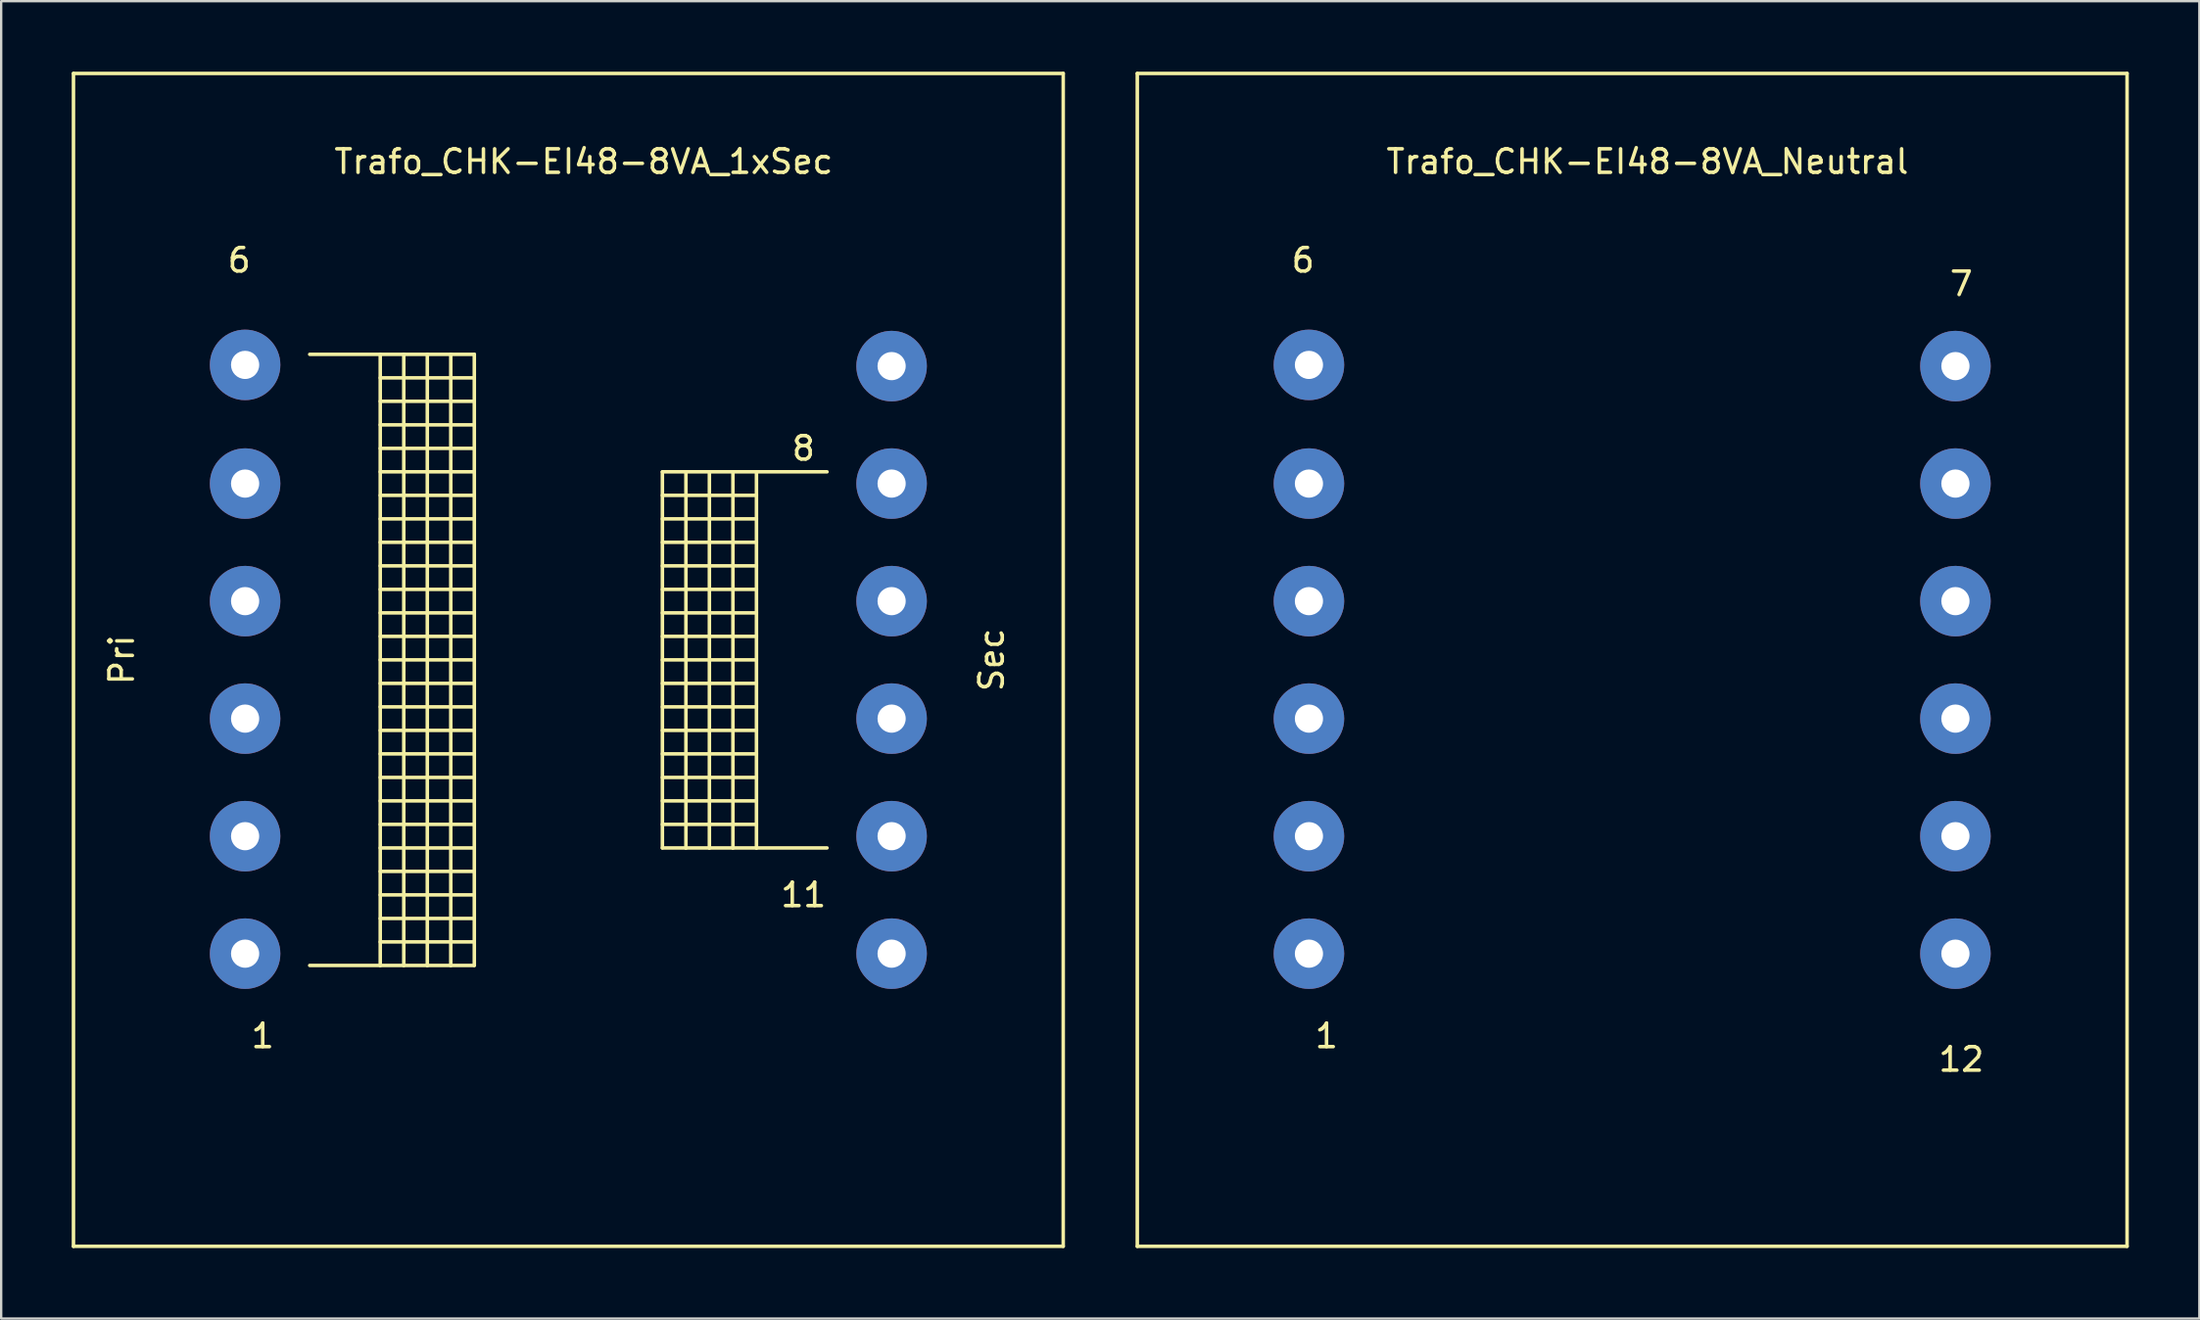
<source format=kicad_pcb>
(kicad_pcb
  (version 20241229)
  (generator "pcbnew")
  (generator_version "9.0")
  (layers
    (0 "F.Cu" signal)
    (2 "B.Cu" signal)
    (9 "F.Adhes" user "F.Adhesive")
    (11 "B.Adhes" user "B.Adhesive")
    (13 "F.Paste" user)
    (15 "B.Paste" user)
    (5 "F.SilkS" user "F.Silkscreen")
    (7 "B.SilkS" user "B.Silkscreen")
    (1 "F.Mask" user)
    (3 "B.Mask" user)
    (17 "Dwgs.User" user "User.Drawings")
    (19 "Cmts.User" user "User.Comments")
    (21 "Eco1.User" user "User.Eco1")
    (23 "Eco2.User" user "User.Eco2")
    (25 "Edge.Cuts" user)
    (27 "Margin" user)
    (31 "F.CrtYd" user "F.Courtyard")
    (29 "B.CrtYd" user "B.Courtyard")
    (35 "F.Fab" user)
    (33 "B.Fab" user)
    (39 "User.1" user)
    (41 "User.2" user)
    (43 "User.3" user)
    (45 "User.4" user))
  (footprint "Trafo_CHK-EI48-8VA_Neutral"
    (layer "F.Cu")
    (at 66.372 25.025)
    (property "Reference" "Trafo_CHK-EI48-8VA_Neutral" (at 0.65 -21.199 0) (layer "F.SilkS") (effects (font (size 1 1) (thickness 0.15))))
    (attr through_hole)
    (fp_line (start -21.049 -24.95) (end 21.049 -24.95) (stroke (width 0.15) (type solid)) (layer "F.SilkS"))
    (fp_line (start -21.049 24.95) (end -21.049 -24.95) (stroke (width 0.15) (type solid)) (layer "F.SilkS"))
    (fp_line (start 21.049 -24.95) (end 21.049 24.95) (stroke (width 0.15) (type solid)) (layer "F.SilkS"))
    (fp_line (start 21.049 24.95) (end -21.049 24.95) (stroke (width 0.15) (type solid)) (layer "F.SilkS"))
    (fp_text user "1" (at -13 15.999 0) (layer "F.SilkS") (effects (font (size 1 1) (thickness 0.15))))
    (fp_text user "12" (at 14 17 0) (layer "F.SilkS") (effects (font (size 1 1) (thickness 0.15))))
    (fp_text user "7" (at 14 -15.999 0) (layer "F.SilkS") (effects (font (size 1 1) (thickness 0.15))))
    (fp_text user "6" (at -14 -17 0) (layer "F.SilkS") (effects (font (size 1 1) (thickness 0.15))))
    (pad "1" thru_hole circle (at -13.749 12.499) (size 3 3) (drill 1.199) (layers "*.Cu" "*.Mask"))
    (pad "2" thru_hole circle (at -13.749 7.501) (size 3 3) (drill 1.199) (layers "*.Cu" "*.Mask"))
    (pad "3" thru_hole circle (at -13.749 2.499) (size 3 3) (drill 1.199) (layers "*.Cu" "*.Mask"))
    (pad "4" thru_hole circle (at -13.749 -2.499) (size 3 3) (drill 1.199) (layers "*.Cu" "*.Mask"))
    (pad "5" thru_hole circle (at -13.749 -7.501) (size 3 3) (drill 1.199) (layers "*.Cu" "*.Mask"))
    (pad "6" thru_hole circle (at -13.749 -12.55) (size 3 3) (drill 1.199) (layers "*.Cu" "*.Mask"))
    (pad "7" thru_hole circle (at 13.749 -12.499) (size 3 3) (drill 1.199) (layers "*.Cu" "*.Mask"))
    (pad "8" thru_hole circle (at 13.749 -7.501) (size 3 3) (drill 1.199) (layers "*.Cu" "*.Mask"))
    (pad "9" thru_hole circle (at 13.749 -2.499) (size 3 3) (drill 1.199) (layers "*.Cu" "*.Mask"))
    (pad "10" thru_hole circle (at 13.749 2.499) (size 3 3) (drill 1.199) (layers "*.Cu" "*.Mask"))
    (pad "11" thru_hole circle (at 13.749 7.501) (size 3 3) (drill 1.199) (layers "*.Cu" "*.Mask"))
    (pad "12" thru_hole circle (at 13.749 12.499) (size 3 3) (drill 1.199) (layers "*.Cu" "*.Mask")))
  (footprint "Trafo_CHK-EI48-8VA_1xSec"
    (layer "F.Cu")
    (at 21.124 25.025)
    (property "Reference" "Trafo_CHK-EI48-8VA_1xSec" (at 0.65 -21.199 0) (layer "F.SilkS") (effects (font (size 1 1) (thickness 0.15))))
    (attr through_hole)
    (fp_line (start -21.049 -24.95) (end 21.049 -24.95) (stroke (width 0.15) (type solid)) (layer "F.SilkS"))
    (fp_line (start -21.049 24.95) (end -21.049 -24.95) (stroke (width 0.15) (type solid)) (layer "F.SilkS"))
    (fp_line (start -11.001 -13) (end -8.001 -13) (stroke (width 0.15) (type solid)) (layer "F.SilkS"))
    (fp_line (start -8.001 -13) (end -8.001 13) (stroke (width 0.15) (type solid)) (layer "F.SilkS"))
    (fp_line (start -8.001 -13) (end -7 -13) (stroke (width 0.15) (type solid)) (layer "F.SilkS"))
    (fp_line (start -8.001 -11.999) (end -4 -11.999) (stroke (width 0.15) (type solid)) (layer "F.SilkS"))
    (fp_line (start -8.001 -11.001) (end -4 -11.001) (stroke (width 0.15) (type solid)) (layer "F.SilkS"))
    (fp_line (start -8.001 -10) (end -4 -10) (stroke (width 0.15) (type solid)) (layer "F.SilkS"))
    (fp_line (start -8.001 -8.999) (end -4 -8.999) (stroke (width 0.15) (type solid)) (layer "F.SilkS"))
    (fp_line (start -8.001 -8.001) (end -4 -8.001) (stroke (width 0.15) (type solid)) (layer "F.SilkS"))
    (fp_line (start -8.001 -7) (end -4 -7) (stroke (width 0.15) (type solid)) (layer "F.SilkS"))
    (fp_line (start -8.001 -5.999) (end -4 -5.999) (stroke (width 0.15) (type solid)) (layer "F.SilkS"))
    (fp_line (start -8.001 -5.001) (end -4 -5.001) (stroke (width 0.15) (type solid)) (layer "F.SilkS"))
    (fp_line (start -8.001 -4) (end -4 -4) (stroke (width 0.15) (type solid)) (layer "F.SilkS"))
    (fp_line (start -8.001 -3) (end -4 -3) (stroke (width 0.15) (type solid)) (layer "F.SilkS"))
    (fp_line (start -8.001 -1.999) (end -4 -1.999) (stroke (width 0.15) (type solid)) (layer "F.SilkS"))
    (fp_line (start -8.001 -1.001) (end -4 -1.001) (stroke (width 0.15) (type solid)) (layer "F.SilkS"))
    (fp_line (start -8.001 0) (end -4 0) (stroke (width 0.15) (type solid)) (layer "F.SilkS"))
    (fp_line (start -8.001 1.001) (end -4 1.001) (stroke (width 0.15) (type solid)) (layer "F.SilkS"))
    (fp_line (start -8.001 1.999) (end -4 1.999) (stroke (width 0.15) (type solid)) (layer "F.SilkS"))
    (fp_line (start -8.001 3) (end -4 3) (stroke (width 0.15) (type solid)) (layer "F.SilkS"))
    (fp_line (start -8.001 4) (end -4 4) (stroke (width 0.15) (type solid)) (layer "F.SilkS"))
    (fp_line (start -8.001 5.001) (end -4 5.001) (stroke (width 0.15) (type solid)) (layer "F.SilkS"))
    (fp_line (start -8.001 5.999) (end -4 5.999) (stroke (width 0.15) (type solid)) (layer "F.SilkS"))
    (fp_line (start -8.001 7) (end -4 7) (stroke (width 0.15) (type solid)) (layer "F.SilkS"))
    (fp_line (start -8.001 8.001) (end -4 8.001) (stroke (width 0.15) (type solid)) (layer "F.SilkS"))
    (fp_line (start -8.001 8.999) (end -4 8.999) (stroke (width 0.15) (type solid)) (layer "F.SilkS"))
    (fp_line (start -8.001 10) (end -4 10) (stroke (width 0.15) (type solid)) (layer "F.SilkS"))
    (fp_line (start -8.001 11.001) (end -4 11.001) (stroke (width 0.15) (type solid)) (layer "F.SilkS"))
    (fp_line (start -8.001 11.999) (end -4 11.999) (stroke (width 0.15) (type solid)) (layer "F.SilkS"))
    (fp_line (start -8.001 13) (end -11.001 13) (stroke (width 0.15) (type solid)) (layer "F.SilkS"))
    (fp_line (start -7 -13) (end -7 13) (stroke (width 0.15) (type solid)) (layer "F.SilkS"))
    (fp_line (start -7 -13) (end -5.999 -13) (stroke (width 0.15) (type solid)) (layer "F.SilkS"))
    (fp_line (start -7 13) (end -8.001 13) (stroke (width 0.15) (type solid)) (layer "F.SilkS"))
    (fp_line (start -5.999 -13) (end -5.999 13) (stroke (width 0.15) (type solid)) (layer "F.SilkS"))
    (fp_line (start -5.999 -13) (end -5.001 -13) (stroke (width 0.15) (type solid)) (layer "F.SilkS"))
    (fp_line (start -5.999 13) (end -7 13) (stroke (width 0.15) (type solid)) (layer "F.SilkS"))
    (fp_line (start -5.001 -13) (end -5.001 13) (stroke (width 0.15) (type solid)) (layer "F.SilkS"))
    (fp_line (start -5.001 -13) (end -4 -13) (stroke (width 0.15) (type solid)) (layer "F.SilkS"))
    (fp_line (start -5.001 13) (end -5.999 13) (stroke (width 0.15) (type solid)) (layer "F.SilkS"))
    (fp_line (start -4 -13) (end -4 13) (stroke (width 0.15) (type solid)) (layer "F.SilkS"))
    (fp_line (start -4 13) (end -5.001 13) (stroke (width 0.15) (type solid)) (layer "F.SilkS"))
    (fp_line (start 4 -8.001) (end 4 8.001) (stroke (width 0.15) (type solid)) (layer "F.SilkS"))
    (fp_line (start 4 -7) (end 8.001 -7) (stroke (width 0.15) (type solid)) (layer "F.SilkS"))
    (fp_line (start 4 -5.999) (end 8.001 -5.999) (stroke (width 0.15) (type solid)) (layer "F.SilkS"))
    (fp_line (start 4 -5.001) (end 8.001 -5.001) (stroke (width 0.15) (type solid)) (layer "F.SilkS"))
    (fp_line (start 4 -4) (end 8.001 -4) (stroke (width 0.15) (type solid)) (layer "F.SilkS"))
    (fp_line (start 4 -3) (end 8.001 -3) (stroke (width 0.15) (type solid)) (layer "F.SilkS"))
    (fp_line (start 4 -1.999) (end 8.001 -1.999) (stroke (width 0.15) (type solid)) (layer "F.SilkS"))
    (fp_line (start 4 -1.001) (end 8.001 -1.001) (stroke (width 0.15) (type solid)) (layer "F.SilkS"))
    (fp_line (start 4 0) (end 8.001 0) (stroke (width 0.15) (type solid)) (layer "F.SilkS"))
    (fp_line (start 4 1.001) (end 8.001 1.001) (stroke (width 0.15) (type solid)) (layer "F.SilkS"))
    (fp_line (start 4 1.999) (end 8.001 1.999) (stroke (width 0.15) (type solid)) (layer "F.SilkS"))
    (fp_line (start 4 3) (end 8.001 3) (stroke (width 0.15) (type solid)) (layer "F.SilkS"))
    (fp_line (start 4 4) (end 8.001 4) (stroke (width 0.15) (type solid)) (layer "F.SilkS"))
    (fp_line (start 4 5.001) (end 8.001 5.001) (stroke (width 0.15) (type solid)) (layer "F.SilkS"))
    (fp_line (start 4 5.999) (end 8.001 5.999) (stroke (width 0.15) (type solid)) (layer "F.SilkS"))
    (fp_line (start 4 7) (end 8.001 7) (stroke (width 0.15) (type solid)) (layer "F.SilkS"))
    (fp_line (start 4 8.001) (end 5.001 8.001) (stroke (width 0.15) (type solid)) (layer "F.SilkS"))
    (fp_line (start 5.001 -8.001) (end 4 -8.001) (stroke (width 0.15) (type solid)) (layer "F.SilkS"))
    (fp_line (start 5.001 -8.001) (end 5.001 8.001) (stroke (width 0.15) (type solid)) (layer "F.SilkS"))
    (fp_line (start 5.001 8.001) (end 5.999 8.001) (stroke (width 0.15) (type solid)) (layer "F.SilkS"))
    (fp_line (start 5.999 -8.001) (end 5.001 -8.001) (stroke (width 0.15) (type solid)) (layer "F.SilkS"))
    (fp_line (start 5.999 -8.001) (end 5.999 8.001) (stroke (width 0.15) (type solid)) (layer "F.SilkS"))
    (fp_line (start 5.999 8.001) (end 7 8.001) (stroke (width 0.15) (type solid)) (layer "F.SilkS"))
    (fp_line (start 7 -8.001) (end 5.999 -8.001) (stroke (width 0.15) (type solid)) (layer "F.SilkS"))
    (fp_line (start 7 -8.001) (end 7 8.001) (stroke (width 0.15) (type solid)) (layer "F.SilkS"))
    (fp_line (start 7 8.001) (end 8.001 8.001) (stroke (width 0.15) (type solid)) (layer "F.SilkS"))
    (fp_line (start 8.001 -8.001) (end 7 -8.001) (stroke (width 0.15) (type solid)) (layer "F.SilkS"))
    (fp_line (start 8.001 -8.001) (end 8.001 8.001) (stroke (width 0.15) (type solid)) (layer "F.SilkS"))
    (fp_line (start 8.001 8.001) (end 11.001 8.001) (stroke (width 0.15) (type solid)) (layer "F.SilkS"))
    (fp_line (start 11.001 -8.001) (end 8.001 -8.001) (stroke (width 0.15) (type solid)) (layer "F.SilkS"))
    (fp_line (start 21.049 -24.95) (end 21.049 24.95) (stroke (width 0.15) (type solid)) (layer "F.SilkS"))
    (fp_line (start 21.049 24.95) (end -21.049 24.95) (stroke (width 0.15) (type solid)) (layer "F.SilkS"))
    (fp_text user "6" (at -14 -17 0) (layer "F.SilkS") (effects (font (size 1 1) (thickness 0.15))))
    (fp_text user "1" (at -13 15.999 0) (layer "F.SilkS") (effects (font (size 1 1) (thickness 0.15))))
    (fp_text user "Sec" (at 18.001 0 90) (layer "F.SilkS") (effects (font (size 1 1) (thickness 0.15))))
    (fp_text user "Pri" (at -18.999 0 90) (layer "F.SilkS") (effects (font (size 1 1) (thickness 0.15))))
    (fp_text user "8" (at 10 -8.999 0) (layer "F.SilkS") (effects (font (size 1 1) (thickness 0.15))))
    (fp_text user "11" (at 10 10 0) (layer "F.SilkS") (effects (font (size 1 1) (thickness 0.15))))
    (pad "1" thru_hole circle (at -13.749 12.499) (size 3 3) (drill 1.199) (layers "*.Cu" "*.Mask"))
    (pad "2" thru_hole circle (at -13.749 7.501) (size 3 3) (drill 1.199) (layers "*.Cu" "*.Mask"))
    (pad "3" thru_hole circle (at -13.749 2.499) (size 3 3) (drill 1.199) (layers "*.Cu" "*.Mask"))
    (pad "4" thru_hole circle (at -13.749 -2.499) (size 3 3) (drill 1.199) (layers "*.Cu" "*.Mask"))
    (pad "5" thru_hole circle (at -13.749 -7.501) (size 3 3) (drill 1.199) (layers "*.Cu" "*.Mask"))
    (pad "6" thru_hole circle (at -13.749 -12.55) (size 3 3) (drill 1.199) (layers "*.Cu" "*.Mask"))
    (pad "7" thru_hole circle (at 13.749 -12.499) (size 3 3) (drill 1.199) (layers "*.Cu" "*.Mask"))
    (pad "8" thru_hole circle (at 13.749 -7.501) (size 3 3) (drill 1.199) (layers "*.Cu" "*.Mask"))
    (pad "9" thru_hole circle (at 13.749 -2.499) (size 3 3) (drill 1.199) (layers "*.Cu" "*.Mask"))
    (pad "10" thru_hole circle (at 13.749 2.499) (size 3 3) (drill 1.199) (layers "*.Cu" "*.Mask"))
    (pad "11" thru_hole circle (at 13.749 7.501) (size 3 3) (drill 1.199) (layers "*.Cu" "*.Mask"))
    (pad "12" thru_hole circle (at 13.749 12.499) (size 3 3) (drill 1.199) (layers "*.Cu" "*.Mask")))
  (gr_rect
    (start -3 -3)
    (end 90.496 53.051)
    (stroke (width 0.1) (type default))
    (fill no)
    (layer "Edge.Cuts")))
</source>
